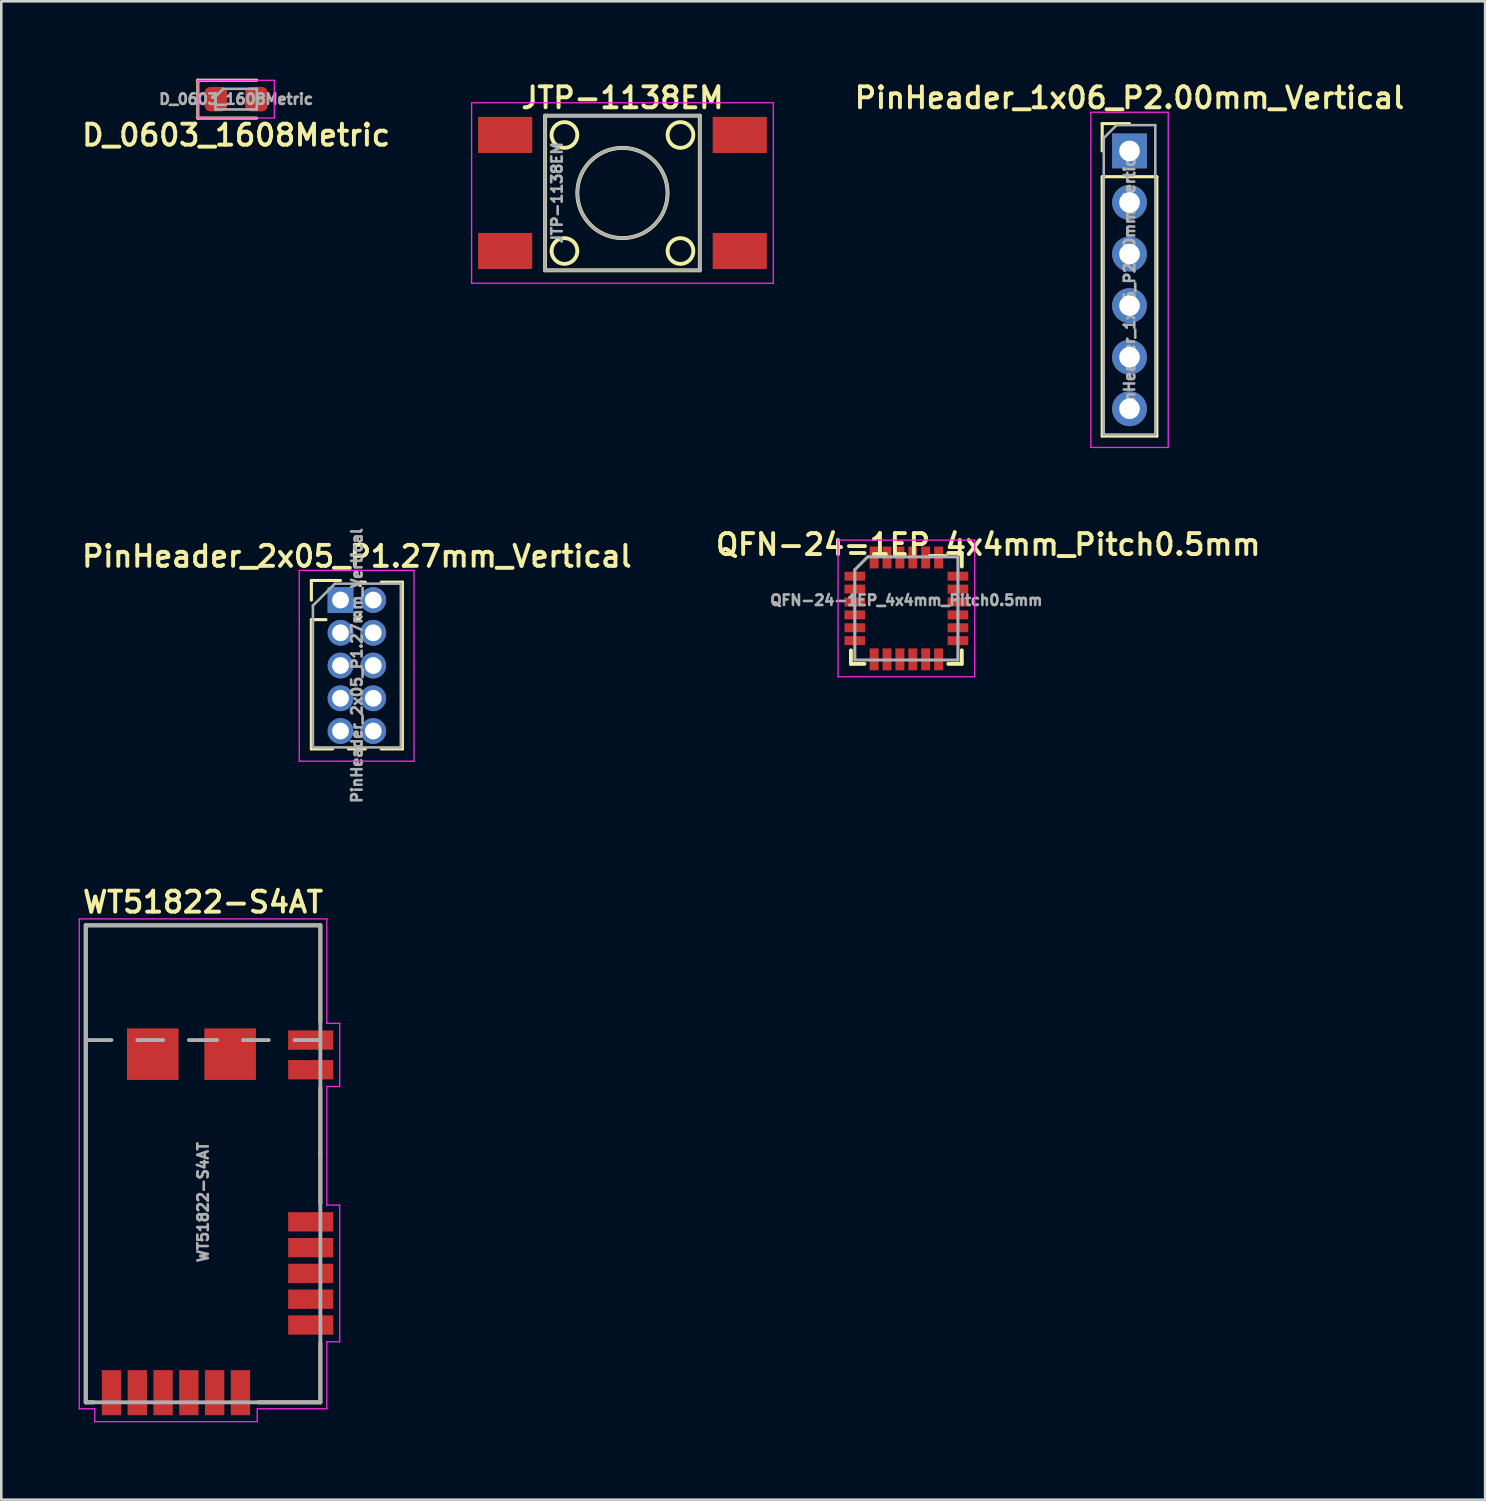
<source format=kicad_pcb>
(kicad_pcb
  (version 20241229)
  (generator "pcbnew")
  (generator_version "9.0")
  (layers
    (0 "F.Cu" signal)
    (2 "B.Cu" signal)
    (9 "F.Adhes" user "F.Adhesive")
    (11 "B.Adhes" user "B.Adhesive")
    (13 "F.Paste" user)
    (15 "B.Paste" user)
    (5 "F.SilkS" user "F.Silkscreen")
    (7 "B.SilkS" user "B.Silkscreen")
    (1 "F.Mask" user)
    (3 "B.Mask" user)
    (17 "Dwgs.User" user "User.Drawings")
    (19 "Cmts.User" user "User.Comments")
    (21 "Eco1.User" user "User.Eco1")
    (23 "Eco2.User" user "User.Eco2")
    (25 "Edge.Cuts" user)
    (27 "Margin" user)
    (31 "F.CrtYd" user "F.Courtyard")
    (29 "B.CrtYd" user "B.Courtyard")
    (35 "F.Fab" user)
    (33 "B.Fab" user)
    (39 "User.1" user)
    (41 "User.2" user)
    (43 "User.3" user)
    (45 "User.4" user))
  (footprint "PinHeader_2x05_P1.27mm_Vertical"
    (layer "F.Cu")
    (at 10.156 20.222)
    (property "Reference" "PinHeader_2x05_P1.27mm_Vertical" (at 0.635 -1.695 180) (layer "F.SilkS") (effects (font (size 0.813 0.813) (thickness 0.152))))
    (attr through_hole)
    (fp_line (start -1.13 -0.76) (end 0 -0.76) (stroke (width 0.12) (type solid)) (layer "F.SilkS"))
    (fp_line (start -1.13 0) (end -1.13 -0.76) (stroke (width 0.12) (type solid)) (layer "F.SilkS"))
    (fp_line (start -1.13 0.76) (end -1.13 5.775) (stroke (width 0.12) (type solid)) (layer "F.SilkS"))
    (fp_line (start -1.13 0.76) (end -0.563 0.76) (stroke (width 0.12) (type solid)) (layer "F.SilkS"))
    (fp_line (start -1.13 5.775) (end -0.308 5.775) (stroke (width 0.12) (type solid)) (layer "F.SilkS"))
    (fp_line (start 0.308 5.775) (end 0.962 5.775) (stroke (width 0.12) (type solid)) (layer "F.SilkS"))
    (fp_line (start 0.563 0.76) (end 0.707 0.76) (stroke (width 0.12) (type solid)) (layer "F.SilkS"))
    (fp_line (start 0.76 -0.695) (end 0.962 -0.695) (stroke (width 0.12) (type solid)) (layer "F.SilkS"))
    (fp_line (start 0.76 -0.563) (end 0.76 -0.695) (stroke (width 0.12) (type solid)) (layer "F.SilkS"))
    (fp_line (start 0.76 0.707) (end 0.76 0.563) (stroke (width 0.12) (type solid)) (layer "F.SilkS"))
    (fp_line (start 1.578 -0.695) (end 2.4 -0.695) (stroke (width 0.12) (type solid)) (layer "F.SilkS"))
    (fp_line (start 1.578 5.775) (end 2.4 5.775) (stroke (width 0.12) (type solid)) (layer "F.SilkS"))
    (fp_line (start 2.4 -0.695) (end 2.4 5.775) (stroke (width 0.12) (type solid)) (layer "F.SilkS"))
    (fp_line (start -1.6 -1.15) (end -1.6 6.25) (stroke (width 0.05) (type solid)) (layer "F.CrtYd"))
    (fp_line (start -1.6 6.25) (end 2.85 6.25) (stroke (width 0.05) (type solid)) (layer "F.CrtYd"))
    (fp_line (start 2.85 -1.15) (end -1.6 -1.15) (stroke (width 0.05) (type solid)) (layer "F.CrtYd"))
    (fp_line (start 2.85 6.25) (end 2.85 -1.15) (stroke (width 0.05) (type solid)) (layer "F.CrtYd"))
    (fp_line (start -1.07 0.217) (end -0.217 -0.635) (stroke (width 0.1) (type solid)) (layer "F.Fab"))
    (fp_line (start -1.07 5.715) (end -1.07 0.217) (stroke (width 0.1) (type solid)) (layer "F.Fab"))
    (fp_line (start -0.217 -0.635) (end 2.34 -0.635) (stroke (width 0.1) (type solid)) (layer "F.Fab"))
    (fp_line (start 2.34 -0.635) (end 2.34 5.715) (stroke (width 0.1) (type solid)) (layer "F.Fab"))
    (fp_line (start 2.34 5.715) (end -1.07 5.715) (stroke (width 0.1) (type solid)) (layer "F.Fab"))
    (fp_text user "${REFERENCE}" (at 0.635 2.54 90) (layer "F.Fab") (effects (font (size 0.406 0.406) (thickness 0.102))))
    (pad "1" thru_hole rect (at 0 0) (size 1 1) (drill 0.65) (layers "*.Cu" "*.Mask"))
    (pad "2" thru_hole oval (at 1.27 0) (size 1 1) (drill 0.65) (layers "*.Cu" "*.Mask"))
    (pad "3" thru_hole oval (at 0 1.27) (size 1 1) (drill 0.65) (layers "*.Cu" "*.Mask"))
    (pad "4" thru_hole oval (at 1.27 1.27) (size 1 1) (drill 0.65) (layers "*.Cu" "*.Mask"))
    (pad "5" thru_hole oval (at 0 2.54) (size 1 1) (drill 0.65) (layers "*.Cu" "*.Mask"))
    (pad "6" thru_hole oval (at 1.27 2.54) (size 1 1) (drill 0.65) (layers "*.Cu" "*.Mask"))
    (pad "7" thru_hole oval (at 0 3.81) (size 1 1) (drill 0.65) (layers "*.Cu" "*.Mask"))
    (pad "8" thru_hole oval (at 1.27 3.81) (size 1 1) (drill 0.65) (layers "*.Cu" "*.Mask"))
    (pad "9" thru_hole oval (at 0 5.08) (size 1 1) (drill 0.65) (layers "*.Cu" "*.Mask"))
    (pad "10" thru_hole oval (at 1.27 5.08) (size 1 1) (drill 0.65) (layers "*.Cu" "*.Mask")))
  (footprint "PinHeader_1x06_P2.00mm_Vertical"
    (layer "F.Cu")
    (at 40.757 2.803)
    (property "Reference" "PinHeader_1x06_P2.00mm_Vertical" (at 0 -2.06 180) (layer "F.SilkS") (effects (font (size 0.813 0.813) (thickness 0.152))))
    (attr through_hole)
    (fp_line (start -1.06 -1.06) (end 0 -1.06) (stroke (width 0.12) (type solid)) (layer "F.SilkS"))
    (fp_line (start -1.06 0) (end -1.06 -1.06) (stroke (width 0.12) (type solid)) (layer "F.SilkS"))
    (fp_line (start -1.06 1) (end -1.06 11.06) (stroke (width 0.12) (type solid)) (layer "F.SilkS"))
    (fp_line (start -1.06 1) (end 1.06 1) (stroke (width 0.12) (type solid)) (layer "F.SilkS"))
    (fp_line (start -1.06 11.06) (end 1.06 11.06) (stroke (width 0.12) (type solid)) (layer "F.SilkS"))
    (fp_line (start 1.06 1) (end 1.06 11.06) (stroke (width 0.12) (type solid)) (layer "F.SilkS"))
    (fp_line (start -1.5 -1.5) (end -1.5 11.5) (stroke (width 0.05) (type solid)) (layer "F.CrtYd"))
    (fp_line (start -1.5 11.5) (end 1.5 11.5) (stroke (width 0.05) (type solid)) (layer "F.CrtYd"))
    (fp_line (start 1.5 -1.5) (end -1.5 -1.5) (stroke (width 0.05) (type solid)) (layer "F.CrtYd"))
    (fp_line (start 1.5 11.5) (end 1.5 -1.5) (stroke (width 0.05) (type solid)) (layer "F.CrtYd"))
    (fp_line (start -1 -0.5) (end -0.5 -1) (stroke (width 0.1) (type solid)) (layer "F.Fab"))
    (fp_line (start -1 11) (end -1 -0.5) (stroke (width 0.1) (type solid)) (layer "F.Fab"))
    (fp_line (start -0.5 -1) (end 1 -1) (stroke (width 0.1) (type solid)) (layer "F.Fab"))
    (fp_line (start 1 -1) (end 1 11) (stroke (width 0.1) (type solid)) (layer "F.Fab"))
    (fp_line (start 1 11) (end -1 11) (stroke (width 0.1) (type solid)) (layer "F.Fab"))
    (fp_text user "${REFERENCE}" (at 0 5 90) (layer "F.Fab") (effects (font (size 0.406 0.406) (thickness 0.102))))
    (pad "1" thru_hole rect (at 0 0) (size 1.35 1.35) (drill 0.8) (layers "*.Cu" "*.Mask"))
    (pad "2" thru_hole oval (at 0 2) (size 1.35 1.35) (drill 0.8) (layers "*.Cu" "*.Mask"))
    (pad "3" thru_hole oval (at 0 4) (size 1.35 1.35) (drill 0.8) (layers "*.Cu" "*.Mask"))
    (pad "4" thru_hole oval (at 0 6) (size 1.35 1.35) (drill 0.8) (layers "*.Cu" "*.Mask"))
    (pad "5" thru_hole oval (at 0 8) (size 1.35 1.35) (drill 0.8) (layers "*.Cu" "*.Mask"))
    (pad "6" thru_hole oval (at 0 10) (size 1.35 1.35) (drill 0.8) (layers "*.Cu" "*.Mask")))
  (footprint "JTP-1138EM"
    (layer "F.Cu")
    (at 21.091 4.435)
    (property "Reference" "JTP-1138EM" (at 0 -3.692 180) (layer "F.SilkS") (effects (font (size 0.813 0.813) (thickness 0.152))))
    (attr through_hole)
    (fp_line (start -3 -3) (end 3 -3) (stroke (width 0.15) (type solid)) (layer "F.SilkS"))
    (fp_line (start -3 3) (end -3 -3) (stroke (width 0.15) (type solid)) (layer "F.SilkS"))
    (fp_line (start 3 -3) (end 3 3) (stroke (width 0.15) (type solid)) (layer "F.SilkS"))
    (fp_line (start 3 3) (end -3 3) (stroke (width 0.15) (type solid)) (layer "F.SilkS"))
    (fp_circle (center -2.25 -2.25) (end -1.75 -2.25) (stroke (width 0.15) (type solid)) (fill no) (layer "F.SilkS"))
    (fp_circle (center -2.25 2.25) (end -1.75 2.25) (stroke (width 0.15) (type solid)) (fill no) (layer "F.SilkS"))
    (fp_circle (center 0 0) (end 1.75 0) (stroke (width 0.15) (type solid)) (fill no) (layer "F.SilkS"))
    (fp_circle (center 2.25 -2.25) (end 1.75 -2.25) (stroke (width 0.15) (type solid)) (fill no) (layer "F.SilkS"))
    (fp_circle (center 2.25 2.25) (end 1.75 2.25) (stroke (width 0.15) (type solid)) (fill no) (layer "F.SilkS"))
    (fp_line (start -5.85 -3.5) (end 5.85 -3.5) (stroke (width 0.05) (type solid)) (layer "F.CrtYd"))
    (fp_line (start -5.85 3.5) (end -5.85 -3.5) (stroke (width 0.05) (type solid)) (layer "F.CrtYd"))
    (fp_line (start 5.85 -3.5) (end 5.85 3.5) (stroke (width 0.05) (type solid)) (layer "F.CrtYd"))
    (fp_line (start 5.85 3.5) (end -5.85 3.5) (stroke (width 0.05) (type solid)) (layer "F.CrtYd"))
    (fp_line (start -3 -3) (end 3 -3) (stroke (width 0.12) (type solid)) (layer "F.Fab"))
    (fp_line (start -3 0) (end -3 -3) (stroke (width 0.12) (type solid)) (layer "F.Fab"))
    (fp_line (start -3 3) (end -3 0) (stroke (width 0.12) (type solid)) (layer "F.Fab"))
    (fp_line (start 3 -3) (end 3 3) (stroke (width 0.12) (type solid)) (layer "F.Fab"))
    (fp_line (start 3 3) (end -3 3) (stroke (width 0.12) (type solid)) (layer "F.Fab"))
    (fp_circle (center 0 0) (end 1.75 0) (stroke (width 0.12) (type solid)) (fill no) (layer "F.Fab"))
    (fp_text user "${REFERENCE}" (at -2.54 -0.009 270) (layer "F.Fab") (effects (font (size 0.406 0.406) (thickness 0.102))))
    (pad "1" smd rect (at -4.55 2.25) (size 2.1 1.4) (layers "F.Cu" "F.Mask" "F.Paste"))
    (pad "1" smd rect (at 4.55 2.25) (size 2.1 1.4) (layers "F.Cu" "F.Mask" "F.Paste"))
    (pad "2" smd rect (at 4.55 -2.25) (size 2.1 1.4) (layers "F.Cu" "F.Mask" "F.Paste"))
    (pad "3" smd rect (at -4.55 -2.25) (size 2.1 1.4) (layers "F.Cu" "F.Mask" "F.Paste")))
  (footprint "WT51822-S4AT"
    (layer "F.Cu")
    (at 4.825 37.288)
    (property "Reference" "WT51822-S4AT" (at 0 -5.35 0) (layer "F.SilkS") (effects (font (size 0.813 0.813) (thickness 0.152))))
    (attr through_hole)
    (fp_line (start -4.55 -4.45) (end -4.55 14.05) (stroke (width 0.15) (type solid)) (layer "F.SilkS"))
    (fp_line (start -4.55 14.05) (end -4.25 14.05) (stroke (width 0.15) (type solid)) (layer "F.SilkS"))
    (fp_line (start 4.55 -4.45) (end -4.55 -4.45) (stroke (width 0.15) (type solid)) (layer "F.SilkS"))
    (fp_line (start 4.55 -4.45) (end 4.55 -0.7) (stroke (width 0.15) (type solid)) (layer "F.SilkS"))
    (fp_line (start 4.55 4.4) (end 4.55 1.85) (stroke (width 0.15) (type solid)) (layer "F.SilkS"))
    (fp_line (start 4.55 4.4) (end 4.55 6.35) (stroke (width 0.15) (type solid)) (layer "F.SilkS"))
    (fp_line (start 4.55 14.05) (end 2.15 14.05) (stroke (width 0.15) (type solid)) (layer "F.SilkS"))
    (fp_line (start 4.55 14.05) (end 4.55 11.75) (stroke (width 0.15) (type solid)) (layer "F.SilkS"))
    (fp_line (start -4.8 -4.7) (end -4.8 14.3) (stroke (width 0.05) (type solid)) (layer "F.CrtYd"))
    (fp_line (start -4.8 14.3) (end -4.2 14.3) (stroke (width 0.05) (type solid)) (layer "F.CrtYd"))
    (fp_line (start -4.2 14.3) (end -4.2 14.8) (stroke (width 0.05) (type solid)) (layer "F.CrtYd"))
    (fp_line (start -4.2 14.8) (end 2.1 14.8) (stroke (width 0.05) (type solid)) (layer "F.CrtYd"))
    (fp_line (start 2.1 14.3) (end 4.8 14.3) (stroke (width 0.05) (type solid)) (layer "F.CrtYd"))
    (fp_line (start 2.1 14.8) (end 2.1 14.3) (stroke (width 0.05) (type solid)) (layer "F.CrtYd"))
    (fp_line (start 4.8 -4.7) (end -4.8 -4.7) (stroke (width 0.05) (type solid)) (layer "F.CrtYd"))
    (fp_line (start 4.8 -0.65) (end 4.8 -4.7) (stroke (width 0.05) (type solid)) (layer "F.CrtYd"))
    (fp_line (start 4.8 1.8) (end 5.3 1.8) (stroke (width 0.05) (type solid)) (layer "F.CrtYd"))
    (fp_line (start 4.8 6.4) (end 4.8 1.8) (stroke (width 0.05) (type solid)) (layer "F.CrtYd"))
    (fp_line (start 4.8 11.7) (end 5.3 11.7) (stroke (width 0.05) (type solid)) (layer "F.CrtYd"))
    (fp_line (start 4.8 14.3) (end 4.8 11.7) (stroke (width 0.05) (type solid)) (layer "F.CrtYd"))
    (fp_line (start 5.3 -0.65) (end 4.8 -0.65) (stroke (width 0.05) (type solid)) (layer "F.CrtYd"))
    (fp_line (start 5.3 1.8) (end 5.3 -0.65) (stroke (width 0.05) (type solid)) (layer "F.CrtYd"))
    (fp_line (start 5.3 6.4) (end 4.8 6.4) (stroke (width 0.05) (type solid)) (layer "F.CrtYd"))
    (fp_line (start 5.3 11.7) (end 5.3 6.4) (stroke (width 0.05) (type solid)) (layer "F.CrtYd"))
    (fp_line (start -4.55 -4.45) (end 4.55 -4.45) (stroke (width 0.15) (type solid)) (layer "F.Fab"))
    (fp_line (start -4.55 0) (end -3.55 0) (stroke (width 0.15) (type solid)) (layer "F.Fab"))
    (fp_line (start -4.55 14.05) (end -4.55 -4.45) (stroke (width 0.15) (type solid)) (layer "F.Fab"))
    (fp_line (start -2.55 0) (end -1.55 0) (stroke (width 0.15) (type solid)) (layer "F.Fab"))
    (fp_line (start -0.55 0) (end 0.55 0) (stroke (width 0.15) (type solid)) (layer "F.Fab"))
    (fp_line (start 1.55 0) (end 2.55 0) (stroke (width 0.15) (type solid)) (layer "F.Fab"))
    (fp_line (start 3.55 0) (end 4.5 0) (stroke (width 0.15) (type solid)) (layer "F.Fab"))
    (fp_line (start 4.5 0) (end 4.55 0) (stroke (width 0.15) (type solid)) (layer "F.Fab"))
    (fp_line (start 4.55 -4.45) (end 4.55 14.05) (stroke (width 0.15) (type solid)) (layer "F.Fab"))
    (fp_line (start 4.55 14.05) (end -4.55 14.05) (stroke (width 0.15) (type solid)) (layer "F.Fab"))
    (fp_text user "${REFERENCE}" (at 0 6.287 90) (layer "F.Fab") (effects (font (size 0.406 0.406) (thickness 0.102))))
    (pad "1" smd rect (at -3.55 14.05) (size 0.75 1.75) (drill (offset 0 -0.375)) (layers "F.Cu" "F.Mask" "F.Paste"))
    (pad "2" smd rect (at -2.55 14.05) (size 0.75 1.75) (drill (offset 0 -0.375)) (layers "F.Cu" "F.Mask" "F.Paste"))
    (pad "3" smd rect (at -1.55 14.05) (size 0.75 1.75) (drill (offset 0 -0.375)) (layers "F.Cu" "F.Mask" "F.Paste"))
    (pad "4" smd rect (at -0.55 14.05) (size 0.75 1.75) (drill (offset 0 -0.375)) (layers "F.Cu" "F.Mask" "F.Paste"))
    (pad "5" smd rect (at 0.45 14.05) (size 0.75 1.75) (drill (offset 0 -0.375)) (layers "F.Cu" "F.Mask" "F.Paste"))
    (pad "6" smd rect (at 1.45 14.05) (size 0.75 1.75) (drill (offset 0 -0.375)) (layers "F.Cu" "F.Mask" "F.Paste"))
    (pad "7" smd rect (at 4.55 11.05 90) (size 0.75 1.75) (drill (offset 0 -0.375)) (layers "F.Cu" "F.Mask" "F.Paste"))
    (pad "8" smd rect (at 4.55 10.05 90) (size 0.75 1.75) (drill (offset 0 -0.375)) (layers "F.Cu" "F.Mask" "F.Paste"))
    (pad "9" smd rect (at 4.55 9.05 90) (size 0.75 1.75) (drill (offset 0 -0.375)) (layers "F.Cu" "F.Mask" "F.Paste"))
    (pad "10" smd rect (at 4.55 8.05 90) (size 0.75 1.75) (drill (offset 0 -0.375)) (layers "F.Cu" "F.Mask" "F.Paste"))
    (pad "11" smd rect (at 4.55 7.05 90) (size 0.75 1.75) (drill (offset 0 -0.375)) (layers "F.Cu" "F.Mask" "F.Paste"))
    (pad "12" smd rect (at 4.55 1.15 90) (size 0.75 1.75) (drill (offset 0 -0.375)) (layers "F.Cu" "F.Mask" "F.Paste"))
    (pad "13" smd rect (at 4.55 0 90) (size 0.75 1.75) (drill (offset 0 -0.375)) (layers "F.Cu" "F.Mask" "F.Paste"))
    (pad "14" smd rect (at 1.05 0.547) (size 2 2) (layers "F.Cu" "F.Mask" "F.Paste"))
    (pad "15" smd rect (at -1.95 0.547) (size 2 2) (layers "F.Cu" "F.Mask" "F.Paste")))
  (footprint "QFN-24-1EP_4x4mm_Pitch0.5mm"
    (layer "F.Cu")
    (at 32.102 20.547)
    (property "Reference" "QFN-24-1EP_4x4mm_Pitch0.5mm" (at 3.175 -2.477 180) (layer "F.SilkS") (effects (font (size 0.813 0.813) (thickness 0.152))))
    (attr smd)
    (fp_line (start -2.15 -2.15) (end -1.625 -2.15) (stroke (width 0.15) (type solid)) (layer "F.SilkS"))
    (fp_line (start -2.15 2.15) (end -2.15 1.625) (stroke (width 0.15) (type solid)) (layer "F.SilkS"))
    (fp_line (start -2.15 2.15) (end -1.625 2.15) (stroke (width 0.15) (type solid)) (layer "F.SilkS"))
    (fp_line (start 2.15 -2.15) (end 1.625 -2.15) (stroke (width 0.15) (type solid)) (layer "F.SilkS"))
    (fp_line (start 2.15 -2.15) (end 2.15 -1.625) (stroke (width 0.15) (type solid)) (layer "F.SilkS"))
    (fp_line (start 2.15 2.15) (end 1.625 2.15) (stroke (width 0.15) (type solid)) (layer "F.SilkS"))
    (fp_line (start 2.15 2.15) (end 2.15 1.625) (stroke (width 0.15) (type solid)) (layer "F.SilkS"))
    (fp_line (start -2.65 -2.65) (end -2.65 2.65) (stroke (width 0.05) (type solid)) (layer "F.CrtYd"))
    (fp_line (start -2.65 -2.65) (end 2.65 -2.65) (stroke (width 0.05) (type solid)) (layer "F.CrtYd"))
    (fp_line (start -2.65 2.65) (end 2.65 2.65) (stroke (width 0.05) (type solid)) (layer "F.CrtYd"))
    (fp_line (start 2.65 -2.65) (end 2.65 2.65) (stroke (width 0.05) (type solid)) (layer "F.CrtYd"))
    (fp_line (start -2 -1.5) (end -1.5 -2) (stroke (width 0.12) (type solid)) (layer "F.Fab"))
    (fp_line (start -2 2) (end -2 -1.5) (stroke (width 0.12) (type solid)) (layer "F.Fab"))
    (fp_line (start -1.5 -2) (end 2 -2) (stroke (width 0.12) (type solid)) (layer "F.Fab"))
    (fp_line (start 2 -2) (end 2 2) (stroke (width 0.12) (type solid)) (layer "F.Fab"))
    (fp_line (start 2 2) (end -2 2) (stroke (width 0.12) (type solid)) (layer "F.Fab"))
    (fp_text user "${REFERENCE}" (at 0 -0.318 180) (layer "F.Fab") (effects (font (size 0.406 0.406) (thickness 0.102))))
    (pad "1" smd rect (at -2 -1.25) (size 0.8 0.348) (layers "F.Cu" "F.Mask" "F.Paste"))
    (pad "2" smd rect (at -2 -0.75) (size 0.8 0.348) (layers "F.Cu" "F.Mask" "F.Paste"))
    (pad "3" smd rect (at -2 -0.25) (size 0.8 0.348) (layers "F.Cu" "F.Mask" "F.Paste"))
    (pad "4" smd rect (at -2 0.25) (size 0.8 0.348) (layers "F.Cu" "F.Mask" "F.Paste"))
    (pad "5" smd rect (at -2 0.75) (size 0.8 0.348) (layers "F.Cu" "F.Mask" "F.Paste"))
    (pad "6" smd rect (at -2 1.25) (size 0.8 0.348) (layers "F.Cu" "F.Mask" "F.Paste"))
    (pad "7" smd rect (at -1.25 1.975 90) (size 0.85 0.348) (layers "F.Cu" "F.Mask" "F.Paste"))
    (pad "8" smd rect (at -0.75 1.975 90) (size 0.85 0.348) (layers "F.Cu" "F.Mask" "F.Paste"))
    (pad "9" smd rect (at -0.25 1.975 90) (size 0.85 0.348) (layers "F.Cu" "F.Mask" "F.Paste"))
    (pad "10" smd rect (at 0.25 1.975 90) (size 0.85 0.348) (layers "F.Cu" "F.Mask" "F.Paste"))
    (pad "11" smd rect (at 0.75 1.975 90) (size 0.85 0.348) (layers "F.Cu" "F.Mask" "F.Paste"))
    (pad "12" smd rect (at 1.25 1.975 90) (size 0.85 0.348) (layers "F.Cu" "F.Mask" "F.Paste"))
    (pad "13" smd rect (at 2 1.25) (size 0.8 0.348) (layers "F.Cu" "F.Mask" "F.Paste"))
    (pad "14" smd rect (at 2 0.75) (size 0.8 0.348) (layers "F.Cu" "F.Mask" "F.Paste"))
    (pad "15" smd rect (at 2 0.25) (size 0.8 0.348) (layers "F.Cu" "F.Mask" "F.Paste"))
    (pad "16" smd rect (at 2 -0.25) (size 0.8 0.348) (layers "F.Cu" "F.Mask" "F.Paste"))
    (pad "17" smd rect (at 2 -0.75) (size 0.8 0.348) (layers "F.Cu" "F.Mask" "F.Paste"))
    (pad "18" smd rect (at 2 -1.25) (size 0.8 0.348) (layers "F.Cu" "F.Mask" "F.Paste"))
    (pad "19" smd rect (at 1.25 -1.975 90) (size 0.85 0.348) (layers "F.Cu" "F.Mask" "F.Paste"))
    (pad "20" smd rect (at 0.75 -1.975 90) (size 0.85 0.348) (layers "F.Cu" "F.Mask" "F.Paste"))
    (pad "21" smd rect (at 0.25 -1.975 90) (size 0.85 0.348) (layers "F.Cu" "F.Mask" "F.Paste"))
    (pad "22" smd rect (at -0.25 -1.975 90) (size 0.85 0.348) (layers "F.Cu" "F.Mask" "F.Paste"))
    (pad "23" smd rect (at -0.75 -1.975 90) (size 0.85 0.348) (layers "F.Cu" "F.Mask" "F.Paste"))
    (pad "24" smd rect (at -1.25 -1.975 90) (size 0.85 0.348) (layers "F.Cu" "F.Mask" "F.Paste")))
  (footprint "D_0603_1608Metric"
    (layer "F.Cu")
    (at 6.108 0.795)
    (property "Reference" "D_0603_1608Metric" (at 0 1.397 180) (layer "F.SilkS") (effects (font (size 0.813 0.813) (thickness 0.152))))
    (attr smd)
    (fp_line (start -1.485 -0.735) (end -1.485 0.735) (stroke (width 0.12) (type solid)) (layer "F.SilkS"))
    (fp_line (start -1.485 0.735) (end 0.8 0.735) (stroke (width 0.12) (type solid)) (layer "F.SilkS"))
    (fp_line (start 0.8 -0.735) (end -1.485 -0.735) (stroke (width 0.12) (type solid)) (layer "F.SilkS"))
    (fp_line (start -1.48 -0.73) (end 1.48 -0.73) (stroke (width 0.05) (type solid)) (layer "F.CrtYd"))
    (fp_line (start -1.48 0.73) (end -1.48 -0.73) (stroke (width 0.05) (type solid)) (layer "F.CrtYd"))
    (fp_line (start 1.48 -0.73) (end 1.48 0.73) (stroke (width 0.05) (type solid)) (layer "F.CrtYd"))
    (fp_line (start 1.48 0.73) (end -1.48 0.73) (stroke (width 0.05) (type solid)) (layer "F.CrtYd"))
    (fp_line (start -0.8 -0.1) (end -0.8 0.4) (stroke (width 0.1) (type solid)) (layer "F.Fab"))
    (fp_line (start -0.8 0.4) (end 0.8 0.4) (stroke (width 0.1) (type solid)) (layer "F.Fab"))
    (fp_line (start -0.5 -0.4) (end -0.8 -0.1) (stroke (width 0.1) (type solid)) (layer "F.Fab"))
    (fp_line (start 0.8 -0.4) (end -0.5 -0.4) (stroke (width 0.1) (type solid)) (layer "F.Fab"))
    (fp_line (start 0.8 0.4) (end 0.8 -0.4) (stroke (width 0.1) (type solid)) (layer "F.Fab"))
    (fp_text user "${REFERENCE}" (at 0 0 180) (layer "F.Fab") (effects (font (size 0.406 0.406) (thickness 0.102))))
    (pad "1" smd roundrect (at -0.787 0) (size 0.875 0.95) (layers "F.Cu" "F.Mask" "F.Paste") (roundrect_rratio 0.25))
    (pad "2" smd roundrect (at 0.787 0) (size 0.875 0.95) (layers "F.Cu" "F.Mask" "F.Paste") (roundrect_rratio 0.25)))
  (gr_rect
    (start -3 -3)
    (end 54.548 55.113)
    (stroke (width 0.1) (type default))
    (fill no)
    (layer "Edge.Cuts")))
</source>
